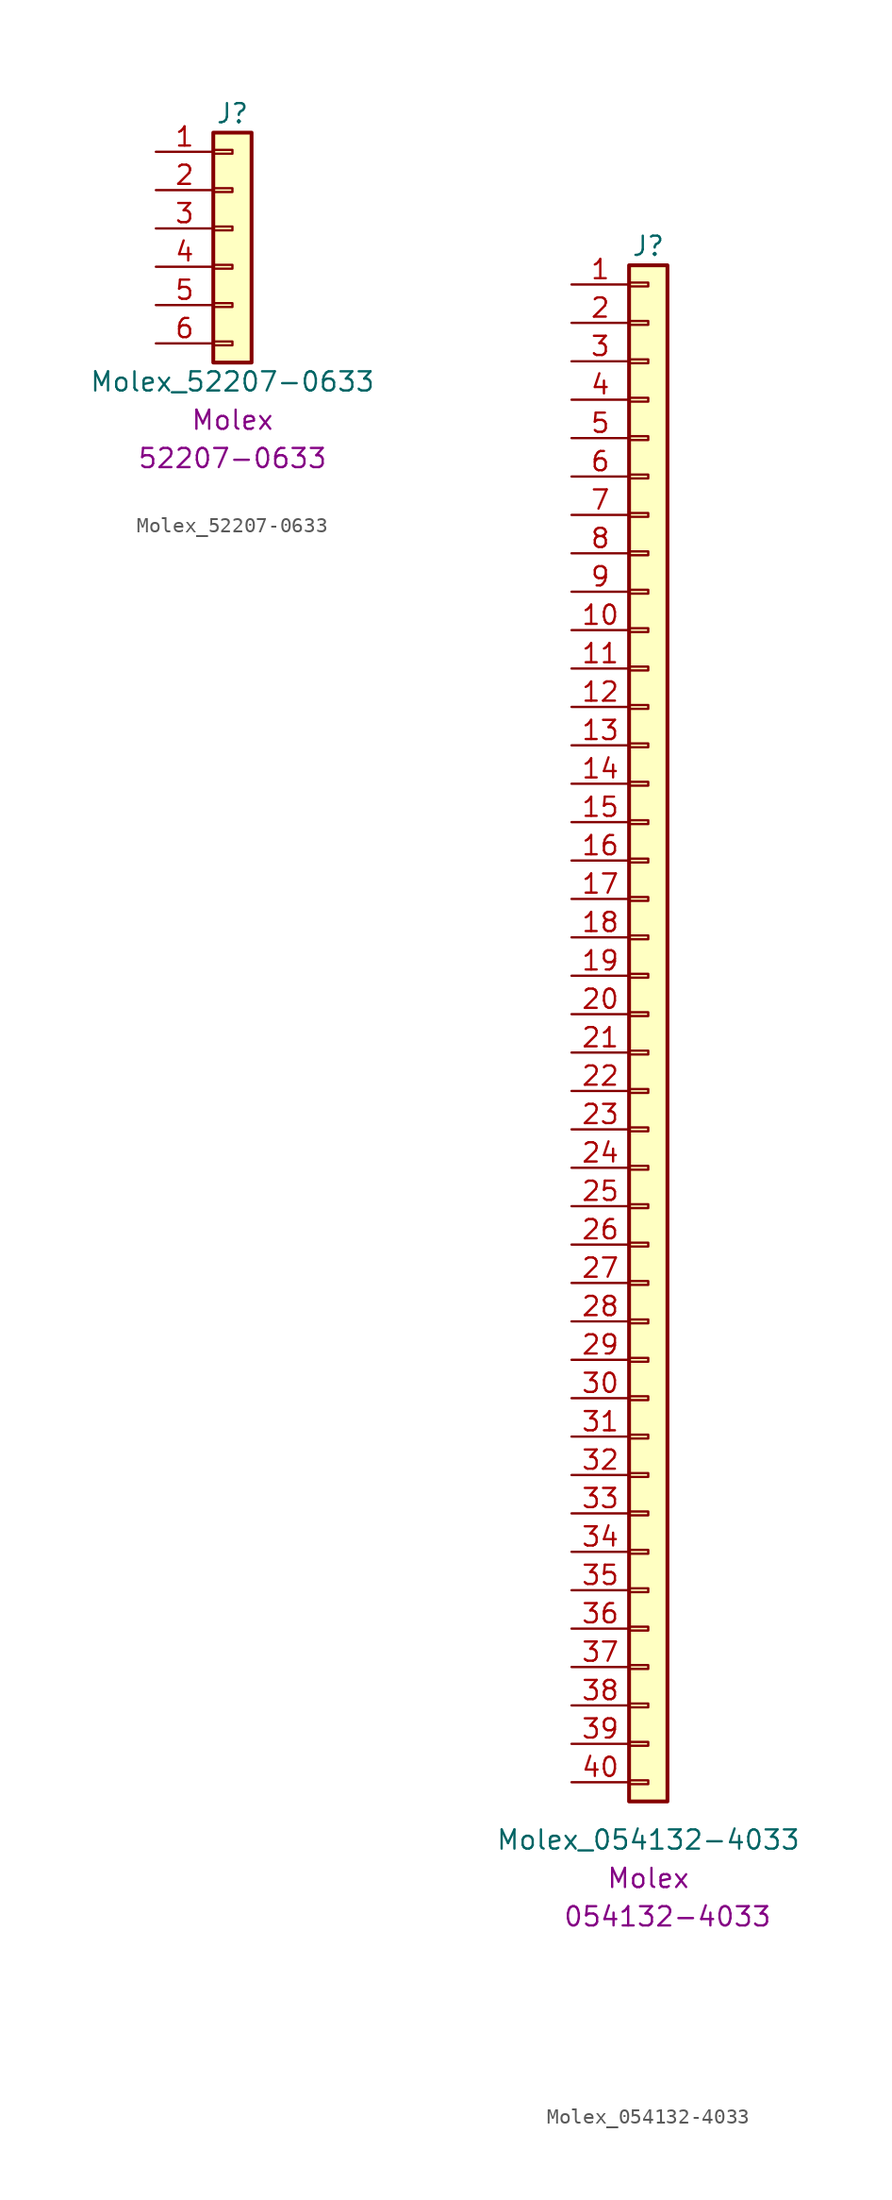
<source format=kicad_sym>
(kicad_symbol_lib
  (version 20210619)
  (generator kicad_symbol_editor)
  (symbol "Molex_52207-0633"
    (pin_names hide)
    (property "Reference" "J"
      (at 0 7.62 0)
      (effects (font (size 1.27 1.27))))
    (property "Value" "Molex_52207-0633"
      (at 0 -10.16 0)
      (effects (font (size 1.27 1.27))))
    (property "Manufacturer" "Molex"
      (at 0 -12.7 0)
      (effects (font (size 1.27 1.27))))
    (property "Manufacturer Part Number" "52207-0633"
      (at 0 -15.24 0)
      (effects (font (size 1.27 1.27))))
    (symbol "Molex_52207-0633_1_1"
      (rectangle (start -1.27 -7.493) (end 0 -7.747) (stroke (width 0.152)) (fill (type none)))
      (rectangle (start -1.27 -4.953) (end 0 -5.207) (stroke (width 0.152)) (fill (type none)))
      (rectangle (start -1.27 -2.413) (end 0 -2.667) (stroke (width 0.152)) (fill (type none)))
      (rectangle (start -1.27 0.127) (end 0 -0.127) (stroke (width 0.152)) (fill (type none)))
      (rectangle (start -1.27 2.667) (end 0 2.413) (stroke (width 0.152)) (fill (type none)))
      (rectangle (start -1.27 5.207) (end 0 4.953) (stroke (width 0.152)) (fill (type none)))
      (rectangle (start -1.27 6.35) (end 1.27 -8.89) (stroke (width 0.254)) (fill (type background)))
      (pin passive line (at -5.08 5.08 0) (length 3.81) (name "Pin_1" (effects (font (size 1.27 1.27)))) (number "1" (effects (font (size 1.27 1.27)))))
      (pin passive line (at -5.08 2.54 0) (length 3.81) (name "Pin_2" (effects (font (size 1.27 1.27)))) (number "2" (effects (font (size 1.27 1.27)))))
      (pin passive line (at -5.08 0 0) (length 3.81) (name "Pin_3" (effects (font (size 1.27 1.27)))) (number "3" (effects (font (size 1.27 1.27)))))
      (pin passive line (at -5.08 -2.54 0) (length 3.81) (name "Pin_4" (effects (font (size 1.27 1.27)))) (number "4" (effects (font (size 1.27 1.27)))))
      (pin passive line (at -5.08 -5.08 0) (length 3.81) (name "Pin_5" (effects (font (size 1.27 1.27)))) (number "5" (effects (font (size 1.27 1.27)))))
      (pin passive line (at -5.08 -7.62 0) (length 3.81) (name "Pin_6" (effects (font (size 1.27 1.27)))) (number "6" (effects (font (size 1.27 1.27)))))))
  (symbol "Molex_054132-4033"
    (pin_names hide)
    (property "Reference" "J"
      (at 0 50.8 0)
      (effects (font (size 1.27 1.27))))
    (property "Value" "Molex_054132-4033"
      (at 0 -54.61 0)
      (effects (font (size 1.27 1.27))))
    (property "Manufacturer" "Molex"
      (at 0 -57.15 0)
      (effects (font (size 1.27 1.27))))
    (property "Manufacturer Part Number" "054132-4033"
      (at 1.27 -59.69 0)
      (effects (font (size 1.27 1.27))))
    (symbol "Molex_054132-4033_1_1"
      (rectangle (start -1.27 -50.673) (end 0 -50.927) (stroke (width 0.152)) (fill (type none)))
      (rectangle (start -1.27 -48.133) (end 0 -48.387) (stroke (width 0.152)) (fill (type none)))
      (rectangle (start -1.27 -45.593) (end 0 -45.847) (stroke (width 0.152)) (fill (type none)))
      (rectangle (start -1.27 -43.053) (end 0 -43.307) (stroke (width 0.152)) (fill (type none)))
      (rectangle (start -1.27 -40.513) (end 0 -40.767) (stroke (width 0.152)) (fill (type none)))
      (rectangle (start -1.27 -37.973) (end 0 -38.227) (stroke (width 0.152)) (fill (type none)))
      (rectangle (start -1.27 -35.433) (end 0 -35.687) (stroke (width 0.152)) (fill (type none)))
      (rectangle (start -1.27 -32.893) (end 0 -33.147) (stroke (width 0.152)) (fill (type none)))
      (rectangle (start -1.27 -30.353) (end 0 -30.607) (stroke (width 0.152)) (fill (type none)))
      (rectangle (start -1.27 -27.813) (end 0 -28.067) (stroke (width 0.152)) (fill (type none)))
      (rectangle (start -1.27 -25.273) (end 0 -25.527) (stroke (width 0.152)) (fill (type none)))
      (rectangle (start -1.27 -22.733) (end 0 -22.987) (stroke (width 0.152)) (fill (type none)))
      (rectangle (start -1.27 -20.193) (end 0 -20.447) (stroke (width 0.152)) (fill (type none)))
      (rectangle (start -1.27 -17.653) (end 0 -17.907) (stroke (width 0.152)) (fill (type none)))
      (rectangle (start -1.27 -15.113) (end 0 -15.367) (stroke (width 0.152)) (fill (type none)))
      (rectangle (start -1.27 -12.573) (end 0 -12.827) (stroke (width 0.152)) (fill (type none)))
      (rectangle (start -1.27 -10.033) (end 0 -10.287) (stroke (width 0.152)) (fill (type none)))
      (rectangle (start -1.27 -7.493) (end 0 -7.747) (stroke (width 0.152)) (fill (type none)))
      (rectangle (start -1.27 -4.953) (end 0 -5.207) (stroke (width 0.152)) (fill (type none)))
      (rectangle (start -1.27 -2.413) (end 0 -2.667) (stroke (width 0.152)) (fill (type none)))
      (rectangle (start -1.27 0.127) (end 0 -0.127) (stroke (width 0.152)) (fill (type none)))
      (rectangle (start -1.27 2.667) (end 0 2.413) (stroke (width 0.152)) (fill (type none)))
      (rectangle (start -1.27 5.207) (end 0 4.953) (stroke (width 0.152)) (fill (type none)))
      (rectangle (start -1.27 7.747) (end 0 7.493) (stroke (width 0.152)) (fill (type none)))
      (rectangle (start -1.27 10.287) (end 0 10.033) (stroke (width 0.152)) (fill (type none)))
      (rectangle (start -1.27 12.827) (end 0 12.573) (stroke (width 0.152)) (fill (type none)))
      (rectangle (start -1.27 15.367) (end 0 15.113) (stroke (width 0.152)) (fill (type none)))
      (rectangle (start -1.27 17.907) (end 0 17.653) (stroke (width 0.152)) (fill (type none)))
      (rectangle (start -1.27 20.447) (end 0 20.193) (stroke (width 0.152)) (fill (type none)))
      (rectangle (start -1.27 22.987) (end 0 22.733) (stroke (width 0.152)) (fill (type none)))
      (rectangle (start -1.27 25.527) (end 0 25.273) (stroke (width 0.152)) (fill (type none)))
      (rectangle (start -1.27 28.067) (end 0 27.813) (stroke (width 0.152)) (fill (type none)))
      (rectangle (start -1.27 30.607) (end 0 30.353) (stroke (width 0.152)) (fill (type none)))
      (rectangle (start -1.27 33.147) (end 0 32.893) (stroke (width 0.152)) (fill (type none)))
      (rectangle (start -1.27 35.687) (end 0 35.433) (stroke (width 0.152)) (fill (type none)))
      (rectangle (start -1.27 38.227) (end 0 37.973) (stroke (width 0.152)) (fill (type none)))
      (rectangle (start -1.27 40.767) (end 0 40.513) (stroke (width 0.152)) (fill (type none)))
      (rectangle (start -1.27 43.307) (end 0 43.053) (stroke (width 0.152)) (fill (type none)))
      (rectangle (start -1.27 45.847) (end 0 45.593) (stroke (width 0.152)) (fill (type none)))
      (rectangle (start -1.27 48.387) (end 0 48.133) (stroke (width 0.152)) (fill (type none)))
      (rectangle (start -1.27 49.53) (end 1.27 -52.07) (stroke (width 0.254)) (fill (type background)))
      (pin passive line (at -5.08 48.26 0) (length 3.81) (name "Pin_1" (effects (font (size 1.27 1.27)))) (number "1" (effects (font (size 1.27 1.27)))))
      (pin passive line (at -5.08 25.4 0) (length 3.81) (name "Pin_10" (effects (font (size 1.27 1.27)))) (number "10" (effects (font (size 1.27 1.27)))))
      (pin passive line (at -5.08 22.86 0) (length 3.81) (name "Pin_11" (effects (font (size 1.27 1.27)))) (number "11" (effects (font (size 1.27 1.27)))))
      (pin passive line (at -5.08 20.32 0) (length 3.81) (name "Pin_12" (effects (font (size 1.27 1.27)))) (number "12" (effects (font (size 1.27 1.27)))))
      (pin passive line (at -5.08 17.78 0) (length 3.81) (name "Pin_13" (effects (font (size 1.27 1.27)))) (number "13" (effects (font (size 1.27 1.27)))))
      (pin passive line (at -5.08 15.24 0) (length 3.81) (name "Pin_14" (effects (font (size 1.27 1.27)))) (number "14" (effects (font (size 1.27 1.27)))))
      (pin passive line (at -5.08 12.7 0) (length 3.81) (name "Pin_15" (effects (font (size 1.27 1.27)))) (number "15" (effects (font (size 1.27 1.27)))))
      (pin passive line (at -5.08 10.16 0) (length 3.81) (name "Pin_16" (effects (font (size 1.27 1.27)))) (number "16" (effects (font (size 1.27 1.27)))))
      (pin passive line (at -5.08 7.62 0) (length 3.81) (name "Pin_17" (effects (font (size 1.27 1.27)))) (number "17" (effects (font (size 1.27 1.27)))))
      (pin passive line (at -5.08 5.08 0) (length 3.81) (name "Pin_18" (effects (font (size 1.27 1.27)))) (number "18" (effects (font (size 1.27 1.27)))))
      (pin passive line (at -5.08 2.54 0) (length 3.81) (name "Pin_19" (effects (font (size 1.27 1.27)))) (number "19" (effects (font (size 1.27 1.27)))))
      (pin passive line (at -5.08 45.72 0) (length 3.81) (name "Pin_2" (effects (font (size 1.27 1.27)))) (number "2" (effects (font (size 1.27 1.27)))))
      (pin passive line (at -5.08 0 0) (length 3.81) (name "Pin_20" (effects (font (size 1.27 1.27)))) (number "20" (effects (font (size 1.27 1.27)))))
      (pin passive line (at -5.08 -2.54 0) (length 3.81) (name "Pin_21" (effects (font (size 1.27 1.27)))) (number "21" (effects (font (size 1.27 1.27)))))
      (pin passive line (at -5.08 -5.08 0) (length 3.81) (name "Pin_22" (effects (font (size 1.27 1.27)))) (number "22" (effects (font (size 1.27 1.27)))))
      (pin passive line (at -5.08 -7.62 0) (length 3.81) (name "Pin_23" (effects (font (size 1.27 1.27)))) (number "23" (effects (font (size 1.27 1.27)))))
      (pin passive line (at -5.08 -10.16 0) (length 3.81) (name "Pin_24" (effects (font (size 1.27 1.27)))) (number "24" (effects (font (size 1.27 1.27)))))
      (pin passive line (at -5.08 -12.7 0) (length 3.81) (name "Pin_25" (effects (font (size 1.27 1.27)))) (number "25" (effects (font (size 1.27 1.27)))))
      (pin passive line (at -5.08 -15.24 0) (length 3.81) (name "Pin_26" (effects (font (size 1.27 1.27)))) (number "26" (effects (font (size 1.27 1.27)))))
      (pin passive line (at -5.08 -17.78 0) (length 3.81) (name "Pin_27" (effects (font (size 1.27 1.27)))) (number "27" (effects (font (size 1.27 1.27)))))
      (pin passive line (at -5.08 -20.32 0) (length 3.81) (name "Pin_28" (effects (font (size 1.27 1.27)))) (number "28" (effects (font (size 1.27 1.27)))))
      (pin passive line (at -5.08 -22.86 0) (length 3.81) (name "Pin_29" (effects (font (size 1.27 1.27)))) (number "29" (effects (font (size 1.27 1.27)))))
      (pin passive line (at -5.08 43.18 0) (length 3.81) (name "Pin_3" (effects (font (size 1.27 1.27)))) (number "3" (effects (font (size 1.27 1.27)))))
      (pin passive line (at -5.08 -25.4 0) (length 3.81) (name "Pin_30" (effects (font (size 1.27 1.27)))) (number "30" (effects (font (size 1.27 1.27)))))
      (pin passive line (at -5.08 -27.94 0) (length 3.81) (name "Pin_31" (effects (font (size 1.27 1.27)))) (number "31" (effects (font (size 1.27 1.27)))))
      (pin passive line (at -5.08 -30.48 0) (length 3.81) (name "Pin_32" (effects (font (size 1.27 1.27)))) (number "32" (effects (font (size 1.27 1.27)))))
      (pin passive line (at -5.08 -33.02 0) (length 3.81) (name "Pin_33" (effects (font (size 1.27 1.27)))) (number "33" (effects (font (size 1.27 1.27)))))
      (pin passive line (at -5.08 -35.56 0) (length 3.81) (name "Pin_34" (effects (font (size 1.27 1.27)))) (number "34" (effects (font (size 1.27 1.27)))))
      (pin passive line (at -5.08 -38.1 0) (length 3.81) (name "Pin_35" (effects (font (size 1.27 1.27)))) (number "35" (effects (font (size 1.27 1.27)))))
      (pin passive line (at -5.08 -40.64 0) (length 3.81) (name "Pin_36" (effects (font (size 1.27 1.27)))) (number "36" (effects (font (size 1.27 1.27)))))
      (pin passive line (at -5.08 -43.18 0) (length 3.81) (name "Pin_37" (effects (font (size 1.27 1.27)))) (number "37" (effects (font (size 1.27 1.27)))))
      (pin passive line (at -5.08 -45.72 0) (length 3.81) (name "Pin_38" (effects (font (size 1.27 1.27)))) (number "38" (effects (font (size 1.27 1.27)))))
      (pin passive line (at -5.08 -48.26 0) (length 3.81) (name "Pin_39" (effects (font (size 1.27 1.27)))) (number "39" (effects (font (size 1.27 1.27)))))
      (pin passive line (at -5.08 40.64 0) (length 3.81) (name "Pin_4" (effects (font (size 1.27 1.27)))) (number "4" (effects (font (size 1.27 1.27)))))
      (pin passive line (at -5.08 -50.8 0) (length 3.81) (name "Pin_40" (effects (font (size 1.27 1.27)))) (number "40" (effects (font (size 1.27 1.27)))))
      (pin passive line (at -5.08 38.1 0) (length 3.81) (name "Pin_5" (effects (font (size 1.27 1.27)))) (number "5" (effects (font (size 1.27 1.27)))))
      (pin passive line (at -5.08 35.56 0) (length 3.81) (name "Pin_6" (effects (font (size 1.27 1.27)))) (number "6" (effects (font (size 1.27 1.27)))))
      (pin passive line (at -5.08 33.02 0) (length 3.81) (name "Pin_7" (effects (font (size 1.27 1.27)))) (number "7" (effects (font (size 1.27 1.27)))))
      (pin passive line (at -5.08 30.48 0) (length 3.81) (name "Pin_8" (effects (font (size 1.27 1.27)))) (number "8" (effects (font (size 1.27 1.27)))))
      (pin passive line (at -5.08 27.94 0) (length 3.81) (name "Pin_9" (effects (font (size 1.27 1.27)))) (number "9" (effects (font (size 1.27 1.27))))))))
</source>
